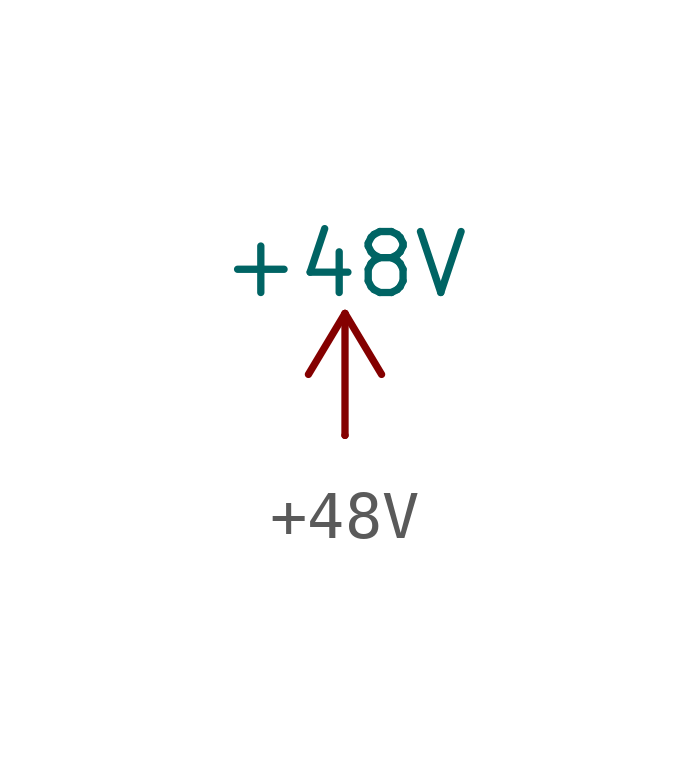
<source format=kicad_sym>
(kicad_symbol_lib
  (version 20241209)
  (generator "kicad_symbol_editor")
  (generator_version "9.0")
  (symbol "+48V"
    (power)
    (pin_numbers
      (hide yes))
    (pin_names
      (offset 0)
      (hide yes))
    (property "Reference" "#PWR"
      (at 0 -3.81 0)
      (effects (font (size 1.27 1.27)) (hide yes)))
    (property "Value" "+48V"
      (at 0 3.556 0)
      (effects (font (size 1.27 1.27))))
    (symbol "+48V_0_1"
      (polyline (pts (xy -0.762 1.27) (xy 0 2.54)) (stroke (width 0) (type default)) (fill (type none)))
      (polyline (pts (xy 0 2.54) (xy 0.762 1.27)) (stroke (width 0) (type default)) (fill (type none)))
      (polyline (pts (xy 0 0) (xy 0 2.54)) (stroke (width 0) (type default)) (fill (type none))))
    (symbol "+48V_1_1"
      (pin power_in line (at 0 0 90) (length 0) (name "~" (effects (font (size 1.27 1.27)))) (number "1" (effects (font (size 1.27 1.27))))))))
</source>
